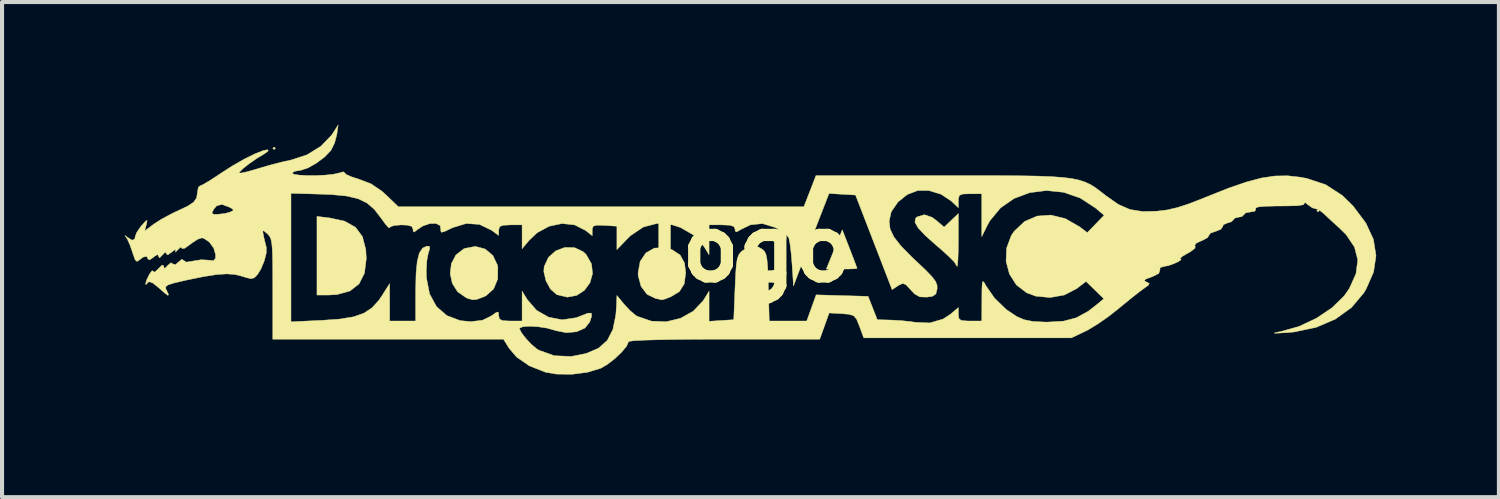
<source format=kicad_pcb>
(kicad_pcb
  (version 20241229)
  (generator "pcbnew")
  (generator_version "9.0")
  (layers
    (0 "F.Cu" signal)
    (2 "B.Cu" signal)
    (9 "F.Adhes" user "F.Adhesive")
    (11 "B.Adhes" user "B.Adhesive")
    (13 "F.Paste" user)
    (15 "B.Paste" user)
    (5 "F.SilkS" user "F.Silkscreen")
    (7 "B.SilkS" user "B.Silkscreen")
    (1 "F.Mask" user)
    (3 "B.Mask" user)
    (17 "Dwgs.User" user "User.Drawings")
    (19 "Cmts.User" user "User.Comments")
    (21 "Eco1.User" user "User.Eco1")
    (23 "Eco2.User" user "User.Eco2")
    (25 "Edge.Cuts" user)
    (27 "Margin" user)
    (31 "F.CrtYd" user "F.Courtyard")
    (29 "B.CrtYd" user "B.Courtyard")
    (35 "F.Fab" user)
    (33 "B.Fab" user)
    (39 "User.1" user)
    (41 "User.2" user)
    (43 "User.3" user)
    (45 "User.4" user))
  (footprint "logo"
    (layer "F.Cu")
    (at 15.304 3.021)
    (property "Reference" "logo" (at 0 0 0) (layer "F.SilkS") (effects (font (size 1.524 1.524) (thickness 0.3))))
    (attr through_hole)
    (fp_poly (pts (xy -11.62 -2.445) (xy -11.652 -2.413) (xy -11.684 -2.445) (xy -11.652 -2.477) (xy -11.62 -2.445)) (stroke (width 0.01) (type solid)) (fill yes) (layer "F.SilkS"))
    (fp_poly (pts (xy 13.906 -0.921) (xy 13.875 -0.889) (xy 13.843 -0.921) (xy 13.875 -0.953) (xy 13.906 -0.921)) (stroke (width 0.01) (type solid)) (fill yes) (layer "F.SilkS"))
    (fp_poly (pts (xy 2.422 0.012) (xy 2.507 0.232) (xy 2.571 0.4) (xy 2.602 0.487) (xy 2.603 0.492) (xy 2.546 0.501) (xy 2.396 0.506) (xy 2.227 0.508) (xy 1.85 0.508) (xy 2.046 0.028) (xy 2.241 -0.452) (xy 2.422 0.012)) (stroke (width 0.01) (type solid)) (fill yes) (layer "F.SilkS"))
    (fp_poly (pts (xy -10.29 -0.742) (xy -9.924 -0.662) (xy -9.661 -0.513) (xy -9.492 -0.286) (xy -9.41 0.03) (xy -9.398 0.255) (xy -9.442 0.608) (xy -9.574 0.87) (xy -9.797 1.044) (xy -10.113 1.131) (xy -10.317 1.143) (xy -10.604 1.143) (xy -10.604 -0.78) (xy -10.29 -0.742)) (stroke (width 0.01) (type solid)) (fill yes) (layer "F.SilkS"))
    (fp_poly (pts (xy -4.308 -0.017) (xy -4.095 0.083) (xy -4.02 0.154) (xy -3.89 0.384) (xy -3.865 0.62) (xy -3.928 0.842) (xy -4.063 1.027) (xy -4.253 1.152) (xy -4.482 1.195) (xy -4.734 1.135) (xy -4.743 1.13) (xy -4.893 0.999) (xy -5.005 0.794) (xy -5.057 0.57) (xy -5.049 0.449) (xy -4.944 0.222) (xy -4.765 0.062) (xy -4.542 -0.021) (xy -4.308 -0.017)) (stroke (width 0.01) (type solid)) (fill yes) (layer "F.SilkS"))
    (fp_poly (pts (xy -6.491 0.018) (xy -6.302 0.176) (xy -6.19 0.413) (xy -6.181 0.459) (xy -6.184 0.752) (xy -6.284 0.994) (xy -6.471 1.161) (xy -6.518 1.183) (xy -6.683 1.246) (xy -6.792 1.26) (xy -6.905 1.229) (xy -6.953 1.21) (xy -7.164 1.065) (xy -7.295 0.857) (xy -7.347 0.616) (xy -7.317 0.374) (xy -7.206 0.162) (xy -7.012 0.012) (xy -6.989 0.002) (xy -6.729 -0.046) (xy -6.491 0.018)) (stroke (width 0.01) (type solid)) (fill yes) (layer "F.SilkS"))
    (fp_poly (pts (xy -1.926 0.032) (xy -1.724 0.164) (xy -1.616 0.36) (xy -1.587 0.603) (xy -1.624 0.873) (xy -1.742 1.059) (xy -1.94 1.18) (xy -2.084 1.237) (xy -2.167 1.262) (xy -2.173 1.261) (xy -2.242 1.244) (xy -2.326 1.226) (xy -2.532 1.126) (xy -2.679 0.932) (xy -2.749 0.673) (xy -2.752 0.603) (xy -2.701 0.321) (xy -2.562 0.114) (xy -2.356 -0.004) (xy -2.102 -0.018) (xy -1.926 0.032)) (stroke (width 0.01) (type solid)) (fill yes) (layer "F.SilkS"))
    (fp_poly (pts (xy 5.08 -0.202) (xy 5.077 0.067) (xy 5.069 0.281) (xy 5.058 0.414) (xy 5.048 0.445) (xy 5.017 0.396) (xy 5.016 0.387) (xy 4.971 0.323) (xy 4.848 0.201) (xy 4.669 0.038) (xy 4.54 -0.072) (xy 4.266 -0.316) (xy 4.094 -0.501) (xy 4.018 -0.637) (xy 4.033 -0.733) (xy 4.073 -0.769) (xy 4.249 -0.821) (xy 4.44 -0.756) (xy 4.553 -0.671) (xy 4.731 -0.517) (xy 5.08 -0.849) (xy 5.08 -0.202)) (stroke (width 0.01) (type solid)) (fill yes) (layer "F.SilkS"))
    (fp_poly (pts (xy -10.118 -2.78) (xy -10.173 -2.575) (xy -10.26 -2.397) (xy -10.267 -2.388) (xy -10.418 -2.231) (xy -10.619 -2.081) (xy -10.827 -1.964) (xy -11 -1.907) (xy -11.026 -1.905) (xy -11.156 -1.88) (xy -11.208 -1.841) (xy -11.172 -1.81) (xy -11.041 -1.79) (xy -10.847 -1.779) (xy -10.621 -1.779) (xy -10.393 -1.79) (xy -10.197 -1.811) (xy -10.065 -1.841) (xy -9.958 -1.87) (xy -9.932 -1.851) (xy -9.932 -1.851) (xy -9.894 -1.808) (xy -9.762 -1.749) (xy -9.587 -1.693) (xy -9.282 -1.577) (xy -9.021 -1.4) (xy -8.912 -1.302) (xy -8.613 -1.016) (xy -3.655 -1.016) (xy 1.302 -1.016) (xy 1.598 -1.778) (xy 4.672 -1.778) (xy 5.413 -1.778) (xy 6.039 -1.777) (xy 6.561 -1.773) (xy 6.992 -1.766) (xy 7.343 -1.753) (xy 7.626 -1.733) (xy 7.853 -1.705) (xy 8.035 -1.667) (xy 8.185 -1.617) (xy 8.314 -1.556) (xy 8.434 -1.48) (xy 8.557 -1.388) (xy 8.687 -1.286) (xy 8.993 -1.072) (xy 9.277 -0.948) (xy 9.587 -0.899) (xy 9.931 -0.907) (xy 10.176 -0.936) (xy 10.431 -0.995) (xy 10.727 -1.091) (xy 11.098 -1.236) (xy 11.164 -1.263) (xy 11.687 -1.471) (xy 12.123 -1.621) (xy 12.493 -1.719) (xy 12.821 -1.768) (xy 13.131 -1.773) (xy 13.445 -1.738) (xy 13.602 -1.708) (xy 14.06 -1.556) (xy 14.464 -1.295) (xy 14.732 -1.033) (xy 15.043 -0.619) (xy 15.229 -0.217) (xy 15.292 0.181) (xy 15.232 0.582) (xy 15.051 0.994) (xy 14.991 1.094) (xy 14.692 1.449) (xy 14.299 1.732) (xy 13.827 1.934) (xy 13.292 2.046) (xy 13.127 2.061) (xy 12.907 2.074) (xy 12.806 2.077) (xy 12.817 2.066) (xy 12.931 2.042) (xy 12.968 2.035) (xy 13.411 1.91) (xy 13.836 1.71) (xy 14.214 1.456) (xy 14.512 1.166) (xy 14.637 0.989) (xy 14.802 0.622) (xy 14.846 0.285) (xy 14.765 -0.031) (xy 14.56 -0.335) (xy 14.398 -0.495) (xy 14.223 -0.653) (xy 14.067 -0.798) (xy 14.005 -0.857) (xy 13.893 -0.943) (xy 13.819 -0.966) (xy 13.735 -0.989) (xy 13.634 -1.061) (xy 13.554 -1.121) (xy 13.544 -1.106) (xy 13.544 -1.105) (xy 13.516 -1.064) (xy 13.37 -1.042) (xy 13.158 -1.036) (xy 12.807 -1.033) (xy 12.567 -1.026) (xy 12.422 -1.012) (xy 12.354 -0.99) (xy 12.348 -0.957) (xy 12.351 -0.953) (xy 12.328 -0.905) (xy 12.227 -0.889) (xy 12.106 -0.868) (xy 12.065 -0.826) (xy 12.012 -0.774) (xy 11.938 -0.762) (xy 11.835 -0.737) (xy 11.811 -0.703) (xy 11.757 -0.649) (xy 11.668 -0.622) (xy 11.563 -0.578) (xy 11.54 -0.527) (xy 11.496 -0.464) (xy 11.369 -0.413) (xy 11.364 -0.412) (xy 11.243 -0.369) (xy 11.207 -0.319) (xy 11.208 -0.317) (xy 11.177 -0.263) (xy 11.059 -0.198) (xy 11.019 -0.182) (xy 10.888 -0.119) (xy 10.858 -0.067) (xy 10.869 -0.057) (xy 10.867 -0.003) (xy 10.759 0.081) (xy 10.693 0.118) (xy 10.559 0.196) (xy 10.502 0.245) (xy 10.509 0.253) (xy 10.527 0.277) (xy 10.46 0.325) (xy 10.344 0.379) (xy 10.215 0.424) (xy 10.114 0.442) (xy 10.011 0.473) (xy 10.008 0.533) (xy 9.98 0.615) (xy 9.828 0.692) (xy 9.8 0.702) (xy 9.657 0.756) (xy 9.625 0.794) (xy 9.677 0.823) (xy 9.747 0.859) (xy 9.724 0.905) (xy 9.632 0.971) (xy 9.512 1.059) (xy 9.327 1.204) (xy 9.109 1.382) (xy 9.005 1.468) (xy 8.754 1.666) (xy 8.488 1.851) (xy 8.255 1.993) (xy 8.191 2.025) (xy 7.842 2.191) (xy 2.766 2.191) (xy 2.661 1.905) (xy 2.592 1.735) (xy 2.52 1.649) (xy 2.4 1.613) (xy 2.238 1.6) (xy 1.92 1.581) (xy 1.805 1.902) (xy 1.689 2.223) (xy -0.648 2.223) (xy -1.284 2.224) (xy -1.83 2.229) (xy -2.279 2.237) (xy -2.623 2.247) (xy -2.856 2.26) (xy -2.972 2.276) (xy -2.985 2.284) (xy -3.033 2.394) (xy -3.157 2.543) (xy -3.327 2.704) (xy -3.512 2.846) (xy -3.665 2.934) (xy -3.989 3.032) (xy -4.372 3.081) (xy -4.752 3.076) (xy -5.02 3.029) (xy -5.411 2.874) (xy -5.723 2.659) (xy -5.907 2.442) (xy -6.043 2.223) (xy -11.684 2.223) (xy -11.684 0.994) (xy -11.685 0.569) (xy -11.688 0.252) (xy -11.696 0.025) (xy -11.71 -0.129) (xy -11.732 -0.231) (xy -11.763 -0.296) (xy -11.807 -0.345) (xy -11.816 -0.354) (xy -11.906 -0.43) (xy -11.93 -0.412) (xy -11.906 -0.286) (xy -11.906 -0.284) (xy -11.868 -0.124) (xy -11.841 -0.021) (xy -11.843 0.117) (xy -11.893 0.311) (xy -11.974 0.507) (xy -12.054 0.637) (xy -12.132 0.72) (xy -12.213 0.744) (xy -12.344 0.714) (xy -12.435 0.684) (xy -12.611 0.64) (xy -12.811 0.626) (xy -13.058 0.642) (xy -13.375 0.692) (xy -13.787 0.776) (xy -13.86 0.793) (xy -14.103 0.85) (xy -14.243 0.895) (xy -14.301 0.938) (xy -14.299 0.993) (xy -14.286 1.018) (xy -14.234 1.127) (xy -14.246 1.153) (xy -14.329 1.092) (xy -14.458 0.977) (xy -14.614 0.851) (xy -14.707 0.816) (xy -14.743 0.842) (xy -14.787 0.891) (xy -14.791 0.854) (xy -14.761 0.76) (xy -14.703 0.64) (xy -14.7 0.635) (xy -14.637 0.549) (xy -14.607 0.559) (xy -14.607 0.563) (xy -14.574 0.586) (xy -14.488 0.509) (xy -14.48 0.499) (xy -14.39 0.41) (xy -14.353 0.427) (xy -14.351 0.445) (xy -14.334 0.498) (xy -14.277 0.447) (xy -14.26 0.425) (xy -14.175 0.354) (xy -14.129 0.381) (xy -14.064 0.403) (xy -13.992 0.337) (xy -13.906 0.268) (xy -13.867 0.296) (xy -13.798 0.339) (xy -13.641 0.314) (xy -13.633 0.311) (xy -13.432 0.28) (xy -13.256 0.29) (xy -13.13 0.303) (xy -13.086 0.245) (xy -13.081 0.164) (xy -13.126 -0.001) (xy -13.235 -0.152) (xy -13.371 -0.244) (xy -13.425 -0.254) (xy -13.529 -0.216) (xy -13.673 -0.12) (xy -13.711 -0.09) (xy -13.837 -0.001) (xy -13.902 0.009) (xy -13.906 -0.006) (xy -13.937 -0.03) (xy -14.006 0.035) (xy -14.064 0.095) (xy -14.059 0.064) (xy -14.055 0.022) (xy -14.134 0.076) (xy -14.15 0.089) (xy -14.251 0.161) (xy -14.287 0.135) (xy -14.287 0.125) (xy -14.315 0.095) (xy -14.381 0.162) (xy -14.453 0.235) (xy -14.476 0.197) (xy -14.499 0.15) (xy -14.576 0.197) (xy -14.605 0.222) (xy -14.697 0.284) (xy -14.732 0.264) (xy -14.77 0.196) (xy -14.864 0.22) (xy -14.941 0.282) (xy -15.002 0.323) (xy -15.049 0.283) (xy -15.1 0.142) (xy -15.111 0.107) (xy -15.176 -0.081) (xy -15.242 -0.227) (xy -15.259 -0.254) (xy -15.299 -0.315) (xy -15.255 -0.283) (xy -15.24 -0.27) (xy -15.121 -0.196) (xy -15.057 -0.229) (xy -15.05 -0.282) (xy -15.01 -0.388) (xy -14.914 -0.529) (xy -14.894 -0.552) (xy -14.793 -0.664) (xy -14.758 -0.683) (xy -14.768 -0.614) (xy -14.777 -0.576) (xy -14.816 -0.422) (xy -14.599 -0.587) (xy -14.42 -0.703) (xy -14.183 -0.832) (xy -14.121 -0.862) (xy -13.173 -0.862) (xy -13.127 -0.831) (xy -13.034 -0.83) (xy -12.852 -0.851) (xy -12.733 -0.883) (xy -12.648 -0.924) (xy -12.669 -0.963) (xy -12.745 -1.006) (xy -12.927 -1.073) (xy -13.056 -1.039) (xy -13.13 -0.953) (xy -13.173 -0.862) (xy -14.121 -0.862) (xy -14.004 -0.918) (xy -13.763 -1.032) (xy -13.619 -1.128) (xy -13.548 -1.23) (xy -13.529 -1.344) (xy -11.239 -1.344) (xy -11.239 1.797) (xy -10.488 1.762) (xy -10.049 1.731) (xy -9.713 1.676) (xy -9.458 1.588) (xy -9.259 1.457) (xy -9.093 1.275) (xy -9.014 1.159) (xy -8.827 0.864) (xy -8.826 1.321) (xy -8.826 1.778) (xy -8.191 1.778) (xy -8.191 1.032) (xy -8.181 0.619) (xy -8.152 0.318) (xy -8.1 0.115) (xy -8.021 -0.004) (xy -7.922 -0.051) (xy -7.854 -0.05) (xy -7.848 0.013) (xy -7.883 0.126) (xy -7.916 0.297) (xy -7.931 0.534) (xy -7.926 0.726) (xy -7.85 1.116) (xy -7.681 1.425) (xy -7.428 1.645) (xy -7.099 1.769) (xy -6.841 1.793) (xy -6.557 1.76) (xy -6.344 1.656) (xy -6.222 1.57) (xy -6.171 1.558) (xy -6.16 1.62) (xy -6.16 1.649) (xy -6.141 1.73) (xy -6.065 1.768) (xy -5.899 1.778) (xy -5.874 1.778) (xy -5.588 1.778) (xy -5.588 1.048) (xy -5.461 1.255) (xy -5.232 1.518) (xy -4.938 1.685) (xy -4.606 1.748) (xy -4.265 1.698) (xy -4.164 1.659) (xy -3.981 1.587) (xy -3.895 1.585) (xy -3.888 1.663) (xy -3.934 1.802) (xy -4.053 1.951) (xy -4.255 2.041) (xy -4.505 2.064) (xy -4.768 2.013) (xy -4.79 2.005) (xy -4.977 1.952) (xy -5.192 1.919) (xy -5.399 1.906) (xy -5.562 1.916) (xy -5.647 1.95) (xy -5.652 1.964) (xy -5.608 2.059) (xy -5.501 2.199) (xy -5.364 2.345) (xy -5.23 2.46) (xy -5.184 2.489) (xy -4.8 2.627) (xy -4.381 2.644) (xy -4.017 2.571) (xy -3.72 2.443) (xy -3.507 2.255) (xy -3.369 1.989) (xy -3.296 1.63) (xy -3.28 1.408) (xy -3.27 1.154) (xy -3.091 1.371) (xy -2.947 1.525) (xy -2.808 1.641) (xy -2.775 1.661) (xy -2.428 1.781) (xy -2.064 1.796) (xy -1.712 1.711) (xy -1.4 1.536) (xy -1.157 1.278) (xy -1.137 1.245) (xy -1.016 1.048) (xy -1.016 1.416) (xy -1.016 1.785) (xy -0.413 1.746) (xy -0.381 0.963) (xy -0.366 0.632) (xy -0.349 0.404) (xy -0.326 0.254) (xy -0.291 0.159) (xy -0.24 0.093) (xy -0.199 0.058) (xy -0.004 -0.05) (xy 0.181 -0.035) (xy 0.289 0.026) (xy 0.341 0.077) (xy 0.377 0.155) (xy 0.401 0.282) (xy 0.418 0.483) (xy 0.429 0.777) (xy 0.434 0.947) (xy 0.455 1.778) (xy 1.372 1.778) (xy 1.602 1.139) (xy 2.237 1.157) (xy 2.873 1.175) (xy 3.097 1.746) (xy 3.437 1.755) (xy 3.687 1.769) (xy 3.928 1.795) (xy 4.016 1.809) (xy 4.381 1.825) (xy 4.708 1.729) (xy 4.888 1.611) (xy 5.08 1.449) (xy 5.08 1.614) (xy 5.091 1.715) (xy 5.147 1.763) (xy 5.282 1.777) (xy 5.366 1.778) (xy 5.652 1.778) (xy 5.654 1.254) (xy 5.656 1) (xy 5.663 0.857) (xy 5.68 0.808) (xy 5.711 0.838) (xy 5.757 0.921) (xy 5.966 1.221) (xy 6.25 1.496) (xy 6.509 1.67) (xy 6.689 1.746) (xy 6.896 1.788) (xy 7.175 1.803) (xy 7.271 1.804) (xy 7.653 1.781) (xy 7.963 1.699) (xy 8.25 1.543) (xy 8.462 1.379) (xy 8.637 1.233) (xy 8.42 1.022) (xy 8.202 0.811) (xy 7.968 0.989) (xy 7.671 1.142) (xy 7.325 1.204) (xy 6.975 1.171) (xy 6.749 1.088) (xy 6.497 0.894) (xy 6.328 0.628) (xy 6.246 0.319) (xy 6.259 -0.004) (xy 6.373 -0.31) (xy 6.442 -0.414) (xy 6.698 -0.655) (xy 7.005 -0.788) (xy 7.343 -0.812) (xy 7.694 -0.726) (xy 8.037 -0.53) (xy 8.232 -0.383) (xy 8.438 -0.595) (xy 8.644 -0.808) (xy 8.433 -0.985) (xy 8.061 -1.228) (xy 7.654 -1.369) (xy 7.235 -1.412) (xy 6.824 -1.36) (xy 6.441 -1.217) (xy 6.109 -0.986) (xy 5.848 -0.67) (xy 5.785 -0.556) (xy 5.652 -0.286) (xy 5.652 -1.333) (xy 5.366 -1.333) (xy 5.19 -1.327) (xy 5.106 -1.295) (xy 5.081 -1.217) (xy 5.08 -1.163) (xy 5.08 -0.992) (xy 4.905 -1.157) (xy 4.656 -1.321) (xy 4.359 -1.412) (xy 4.088 -1.413) (xy 3.832 -1.315) (xy 3.605 -1.134) (xy 3.449 -0.91) (xy 3.429 -0.858) (xy 3.388 -0.661) (xy 3.41 -0.474) (xy 3.503 -0.277) (xy 3.679 -0.053) (xy 3.947 0.219) (xy 4.042 0.308) (xy 4.278 0.531) (xy 4.433 0.692) (xy 4.522 0.809) (xy 4.559 0.903) (xy 4.561 0.992) (xy 4.53 1.117) (xy 4.447 1.174) (xy 4.311 1.194) (xy 4.138 1.188) (xy 4.009 1.116) (xy 3.916 1.017) (xy 3.804 0.895) (xy 3.725 0.859) (xy 3.635 0.896) (xy 3.605 0.915) (xy 3.459 1.011) (xy 2.565 -1.302) (xy 2.241 -1.321) (xy 1.917 -1.34) (xy 1.651 -0.654) (xy 1.523 -0.323) (xy 1.392 0.018) (xy 1.276 0.321) (xy 1.216 0.476) (xy 1.048 0.921) (xy 1.013 0.381) (xy 0.991 0.12) (xy 0.964 -0.101) (xy 0.936 -0.244) (xy 0.928 -0.267) (xy 0.843 -0.358) (xy 0.687 -0.464) (xy 0.598 -0.51) (xy 0.289 -0.604) (xy -0.004 -0.574) (xy -0.237 -0.461) (xy -0.341 -0.401) (xy -0.377 -0.42) (xy -0.381 -0.469) (xy -0.409 -0.532) (xy -0.51 -0.564) (xy -0.699 -0.572) (xy -1.016 -0.572) (xy -1.016 -0.206) (xy -1.016 0.159) (xy -1.137 -0.039) (xy -1.378 -0.314) (xy -1.712 -0.507) (xy -1.916 -0.573) (xy -2.284 -0.608) (xy -2.623 -0.52) (xy -2.937 -0.309) (xy -3.016 -0.231) (xy -3.27 0.033) (xy -3.27 -0.54) (xy -3.572 -0.559) (xy -3.755 -0.565) (xy -3.844 -0.543) (xy -3.872 -0.481) (xy -3.873 -0.443) (xy -3.873 -0.308) (xy -4.034 -0.435) (xy -4.304 -0.572) (xy -4.611 -0.605) (xy -4.926 -0.539) (xy -5.221 -0.379) (xy -5.415 -0.195) (xy -5.588 0.01) (xy -5.588 -0.572) (xy -5.874 -0.572) (xy -6.052 -0.563) (xy -6.136 -0.529) (xy -6.159 -0.454) (xy -6.16 -0.443) (xy -6.16 -0.314) (xy -6.334 -0.441) (xy -6.631 -0.584) (xy -6.954 -0.606) (xy -7.286 -0.505) (xy -7.309 -0.494) (xy -7.479 -0.412) (xy -7.561 -0.391) (xy -7.578 -0.426) (xy -7.574 -0.449) (xy -7.591 -0.555) (xy -7.692 -0.607) (xy -7.843 -0.604) (xy -8.014 -0.546) (xy -8.144 -0.459) (xy -8.228 -0.396) (xy -8.253 -0.424) (xy -8.255 -0.466) (xy -8.284 -0.534) (xy -8.389 -0.565) (xy -8.541 -0.572) (xy -8.721 -0.557) (xy -8.818 -0.519) (xy -8.826 -0.501) (xy -8.858 -0.51) (xy -8.939 -0.604) (xy -9.033 -0.735) (xy -9.2 -0.951) (xy -9.38 -1.107) (xy -9.597 -1.212) (xy -9.877 -1.278) (xy -10.244 -1.313) (xy -10.493 -1.323) (xy -11.239 -1.344) (xy -13.529 -1.344) (xy -13.527 -1.359) (xy -13.526 -1.381) (xy -13.503 -1.493) (xy -13.466 -1.524) (xy -13.389 -1.558) (xy -13.237 -1.648) (xy -13.039 -1.776) (xy -12.975 -1.82) (xy -12.677 -2.012) (xy -12.383 -2.18) (xy -12.12 -2.31) (xy -11.914 -2.391) (xy -11.811 -2.41) (xy -11.795 -2.383) (xy -11.875 -2.319) (xy -11.909 -2.299) (xy -12.09 -2.188) (xy -12.27 -2.062) (xy -12.417 -1.945) (xy -12.501 -1.861) (xy -12.51 -1.842) (xy -12.454 -1.84) (xy -12.307 -1.873) (xy -12.099 -1.932) (xy -12.049 -1.947) (xy -11.76 -2.032) (xy -11.458 -2.11) (xy -11.228 -2.161) (xy -10.849 -2.285) (xy -10.51 -2.494) (xy -10.249 -2.763) (xy -10.215 -2.812) (xy -10.085 -3.016) (xy -10.118 -2.78)) (stroke (width 0.01) (type solid)) (fill yes) (layer "F.SilkS")))
  (gr_rect
    (start -3 -3)
    (end 33.601 9.107)
    (stroke (width 0.1) (type default))
    (fill no)
    (layer "Edge.Cuts")))
</source>
